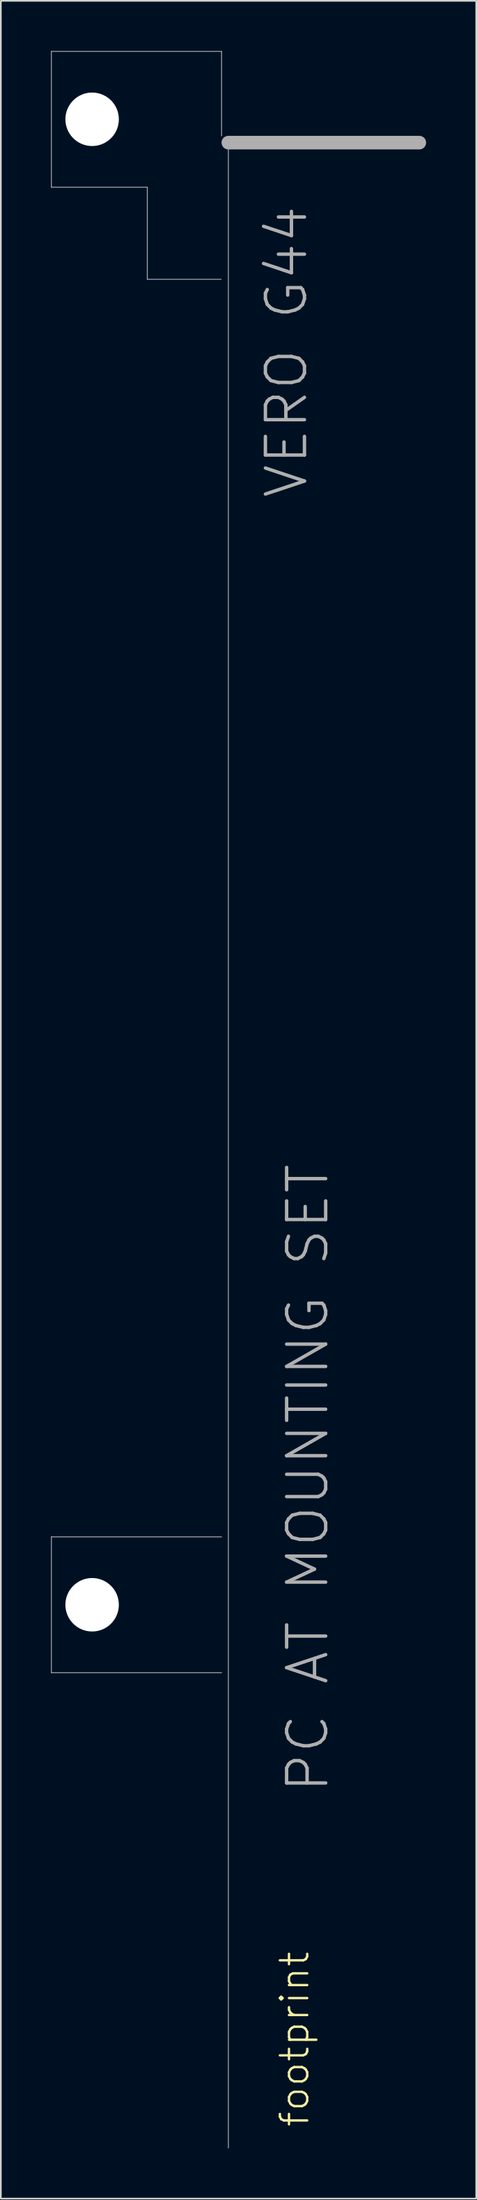
<source format=kicad_pcb>
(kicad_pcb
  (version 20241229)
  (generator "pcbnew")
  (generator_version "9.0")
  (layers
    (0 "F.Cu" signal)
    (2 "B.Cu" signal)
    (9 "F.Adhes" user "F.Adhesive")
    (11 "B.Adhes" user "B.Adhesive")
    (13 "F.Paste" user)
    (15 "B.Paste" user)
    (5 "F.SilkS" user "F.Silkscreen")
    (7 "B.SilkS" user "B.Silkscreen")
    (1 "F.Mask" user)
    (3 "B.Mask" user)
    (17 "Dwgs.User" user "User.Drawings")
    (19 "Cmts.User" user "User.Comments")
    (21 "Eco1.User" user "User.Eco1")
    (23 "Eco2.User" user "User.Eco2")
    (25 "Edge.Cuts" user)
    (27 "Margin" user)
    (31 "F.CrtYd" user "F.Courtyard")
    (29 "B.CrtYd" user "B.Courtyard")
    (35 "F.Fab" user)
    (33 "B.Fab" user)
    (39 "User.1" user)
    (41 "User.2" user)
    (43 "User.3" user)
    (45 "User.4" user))
  (footprint "footprint"
    (layer "F.Cu")
    (at 9.195 97.663)
    (property "Reference" "footprint" (at 6.35 26.67 90) (layer "F.SilkS") (effects (font (size 1.636 1.636) (thickness 0.142)) (justify left bottom)))
    (fp_line (start -9.169 -97.638) (end 1.016 -97.638) (stroke (width 0.051) (type solid)) (layer "F.Fab"))
    (fp_line (start -9.169 -89.51) (end -9.169 -97.638) (stroke (width 0.051) (type solid)) (layer "F.Fab"))
    (fp_line (start -9.169 -89.51) (end -3.429 -89.51) (stroke (width 0.051) (type solid)) (layer "F.Fab"))
    (fp_line (start -9.169 -8.738) (end 1.016 -8.738) (stroke (width 0.051) (type solid)) (layer "F.Fab"))
    (fp_line (start -9.169 -0.61) (end -9.169 -8.738) (stroke (width 0.051) (type solid)) (layer "F.Fab"))
    (fp_line (start -9.169 -0.61) (end 1.016 -0.61) (stroke (width 0.051) (type solid)) (layer "F.Fab"))
    (fp_line (start -3.429 -89.51) (end -3.429 -83.998) (stroke (width 0.051) (type solid)) (layer "F.Fab"))
    (fp_line (start 0.991 -83.998) (end -3.429 -83.998) (stroke (width 0.051) (type solid)) (layer "F.Fab"))
    (fp_line (start 1.016 -97.638) (end 1.016 -92.583) (stroke (width 0.051) (type solid)) (layer "F.Fab"))
    (fp_line (start 1.422 -92.177) (end 12.852 -92.177) (stroke (width 0.813) (type solid)) (layer "F.Fab"))
    (fp_line (start 1.422 27.838) (end 1.422 -92.151) (stroke (width 0.051) (type solid)) (layer "F.Fab"))
    (fp_text user "PC AT MOUNTING SET" (at 7.544 6.68 90) (layer "F.Fab") (effects (font (size 2.337 2.337) (thickness 0.203)) (justify left bottom)))
    (fp_text user "VERO G44" (at 6.274 -70.79 90) (layer "F.Fab") (effects (font (size 2.337 2.337) (thickness 0.203)) (justify left bottom)))
    (pad "" np_thru_hole circle (at -6.731 -93.574) (size 3.2 3.2) (drill 3.2) (layers "*.Cu" "*.Mask"))
    (pad "" np_thru_hole circle (at -6.731 -4.674) (size 3.2 3.2) (drill 3.2) (layers "*.Cu" "*.Mask")))
  (gr_rect
    (start -3 -3)
    (end 25.454 128.527)
    (stroke (width 0.1) (type default))
    (fill no)
    (layer "Edge.Cuts")))
</source>
